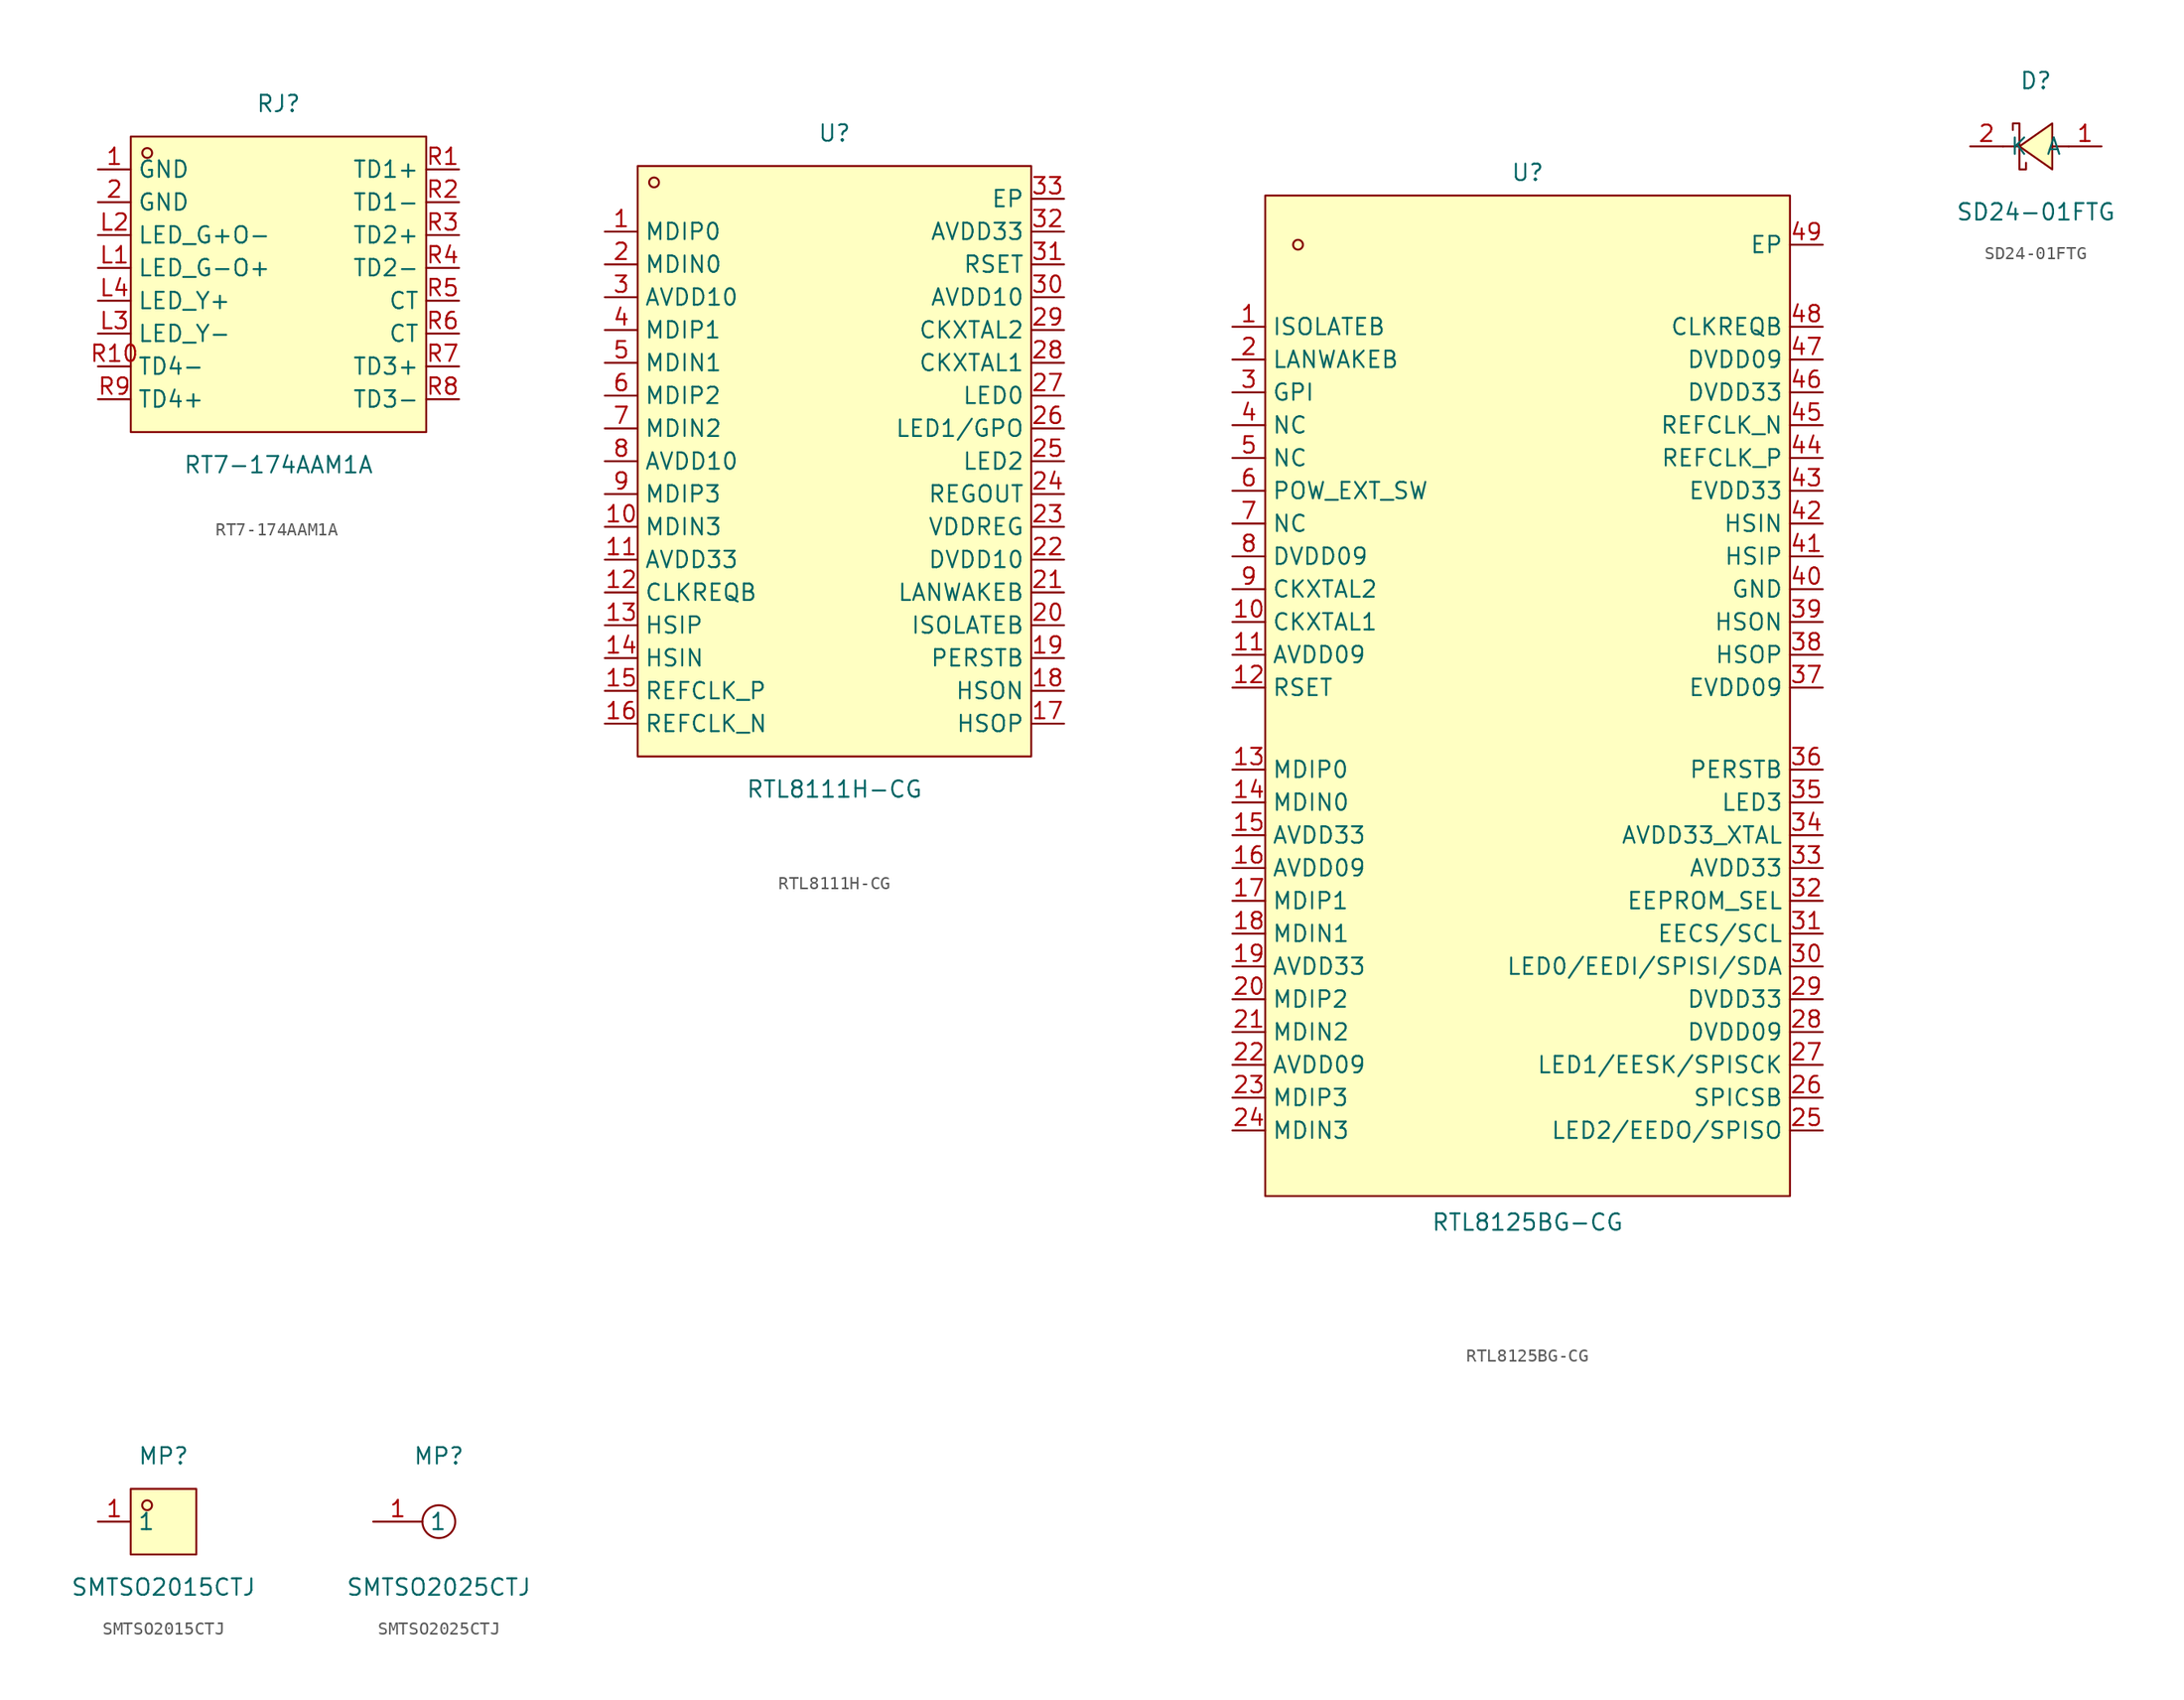
<source format=kicad_sym>
(kicad_symbol_lib
  (version 20241209)
  (generator "kicad_symbol_editor")
  (generator_version "9.0")
  (symbol "RT7-174AAM1A"
    (property "Reference" "RJ"
      (at 0 13.97 0)
      (effects (font (size 1.27 1.27))))
    (property "Value" "RT7-174AAM1A"
      (at 0 -13.97 0)
      (effects (font (size 1.27 1.27))))
    (symbol "RT7-174AAM1A_0_1"
      (rectangle (start -11.43 11.43) (end 11.43 -11.43) (stroke (width 0) (type default)) (fill (type background)))
      (circle (center -10.16 10.16) (radius 0.38) (stroke (width 0) (type default)) (fill (type none)))
      (pin unspecified line (at -13.97 8.89 0) (length 2.54) (name "GND" (effects (font (size 1.27 1.27)))) (number "1" (effects (font (size 1.27 1.27)))))
      (pin unspecified line (at -13.97 6.35 0) (length 2.54) (name "GND" (effects (font (size 1.27 1.27)))) (number "2" (effects (font (size 1.27 1.27)))))
      (pin unspecified line (at -13.97 3.81 0) (length 2.54) (name "LED_G+O-" (effects (font (size 1.27 1.27)))) (number "L2" (effects (font (size 1.27 1.27)))))
      (pin unspecified line (at -13.97 1.27 0) (length 2.54) (name "LED_G-O+" (effects (font (size 1.27 1.27)))) (number "L1" (effects (font (size 1.27 1.27)))))
      (pin unspecified line (at -13.97 -1.27 0) (length 2.54) (name "LED_Y+" (effects (font (size 1.27 1.27)))) (number "L4" (effects (font (size 1.27 1.27)))))
      (pin unspecified line (at -13.97 -3.81 0) (length 2.54) (name "LED_Y-" (effects (font (size 1.27 1.27)))) (number "L3" (effects (font (size 1.27 1.27)))))
      (pin unspecified line (at -13.97 -6.35 0) (length 2.54) (name "TD4-" (effects (font (size 1.27 1.27)))) (number "R10" (effects (font (size 1.27 1.27)))))
      (pin unspecified line (at -13.97 -8.89 0) (length 2.54) (name "TD4+" (effects (font (size 1.27 1.27)))) (number "R9" (effects (font (size 1.27 1.27)))))
      (pin unspecified line (at 13.97 8.89 180) (length 2.54) (name "TD1+" (effects (font (size 1.27 1.27)))) (number "R1" (effects (font (size 1.27 1.27)))))
      (pin unspecified line (at 13.97 6.35 180) (length 2.54) (name "TD1-" (effects (font (size 1.27 1.27)))) (number "R2" (effects (font (size 1.27 1.27)))))
      (pin unspecified line (at 13.97 3.81 180) (length 2.54) (name "TD2+" (effects (font (size 1.27 1.27)))) (number "R3" (effects (font (size 1.27 1.27)))))
      (pin unspecified line (at 13.97 1.27 180) (length 2.54) (name "TD2-" (effects (font (size 1.27 1.27)))) (number "R4" (effects (font (size 1.27 1.27)))))
      (pin unspecified line (at 13.97 -1.27 180) (length 2.54) (name "CT" (effects (font (size 1.27 1.27)))) (number "R5" (effects (font (size 1.27 1.27)))))
      (pin unspecified line (at 13.97 -3.81 180) (length 2.54) (name "CT" (effects (font (size 1.27 1.27)))) (number "R6" (effects (font (size 1.27 1.27)))))
      (pin unspecified line (at 13.97 -6.35 180) (length 2.54) (name "TD3+" (effects (font (size 1.27 1.27)))) (number "R7" (effects (font (size 1.27 1.27)))))
      (pin unspecified line (at 13.97 -8.89 180) (length 2.54) (name "TD3-" (effects (font (size 1.27 1.27)))) (number "R8" (effects (font (size 1.27 1.27)))))))
  (symbol "RTL8111H-CG"
    (property "Reference" "U"
      (at 0 25.4 0)
      (effects (font (size 1.27 1.27))))
    (property "Value" "RTL8111H-CG"
      (at 0 -25.4 0)
      (effects (font (size 1.27 1.27))))
    (symbol "RTL8111H-CG_0_1"
      (rectangle (start -15.24 22.86) (end 15.24 -22.86) (stroke (width 0) (type default)) (fill (type background)))
      (circle (center -13.97 21.59) (radius 0.38) (stroke (width 0) (type default)) (fill (type none)))
      (pin unspecified line (at -17.78 17.78 0) (length 2.54) (name "MDIP0" (effects (font (size 1.27 1.27)))) (number "1" (effects (font (size 1.27 1.27)))))
      (pin unspecified line (at -17.78 15.24 0) (length 2.54) (name "MDIN0" (effects (font (size 1.27 1.27)))) (number "2" (effects (font (size 1.27 1.27)))))
      (pin unspecified line (at -17.78 12.7 0) (length 2.54) (name "AVDD10" (effects (font (size 1.27 1.27)))) (number "3" (effects (font (size 1.27 1.27)))))
      (pin unspecified line (at -17.78 10.16 0) (length 2.54) (name "MDIP1" (effects (font (size 1.27 1.27)))) (number "4" (effects (font (size 1.27 1.27)))))
      (pin unspecified line (at -17.78 7.62 0) (length 2.54) (name "MDIN1" (effects (font (size 1.27 1.27)))) (number "5" (effects (font (size 1.27 1.27)))))
      (pin unspecified line (at -17.78 5.08 0) (length 2.54) (name "MDIP2" (effects (font (size 1.27 1.27)))) (number "6" (effects (font (size 1.27 1.27)))))
      (pin unspecified line (at -17.78 2.54 0) (length 2.54) (name "MDIN2" (effects (font (size 1.27 1.27)))) (number "7" (effects (font (size 1.27 1.27)))))
      (pin unspecified line (at -17.78 0 0) (length 2.54) (name "AVDD10" (effects (font (size 1.27 1.27)))) (number "8" (effects (font (size 1.27 1.27)))))
      (pin unspecified line (at -17.78 -2.54 0) (length 2.54) (name "MDIP3" (effects (font (size 1.27 1.27)))) (number "9" (effects (font (size 1.27 1.27)))))
      (pin unspecified line (at -17.78 -5.08 0) (length 2.54) (name "MDIN3" (effects (font (size 1.27 1.27)))) (number "10" (effects (font (size 1.27 1.27)))))
      (pin unspecified line (at -17.78 -7.62 0) (length 2.54) (name "AVDD33" (effects (font (size 1.27 1.27)))) (number "11" (effects (font (size 1.27 1.27)))))
      (pin unspecified line (at -17.78 -10.16 0) (length 2.54) (name "CLKREQB" (effects (font (size 1.27 1.27)))) (number "12" (effects (font (size 1.27 1.27)))))
      (pin unspecified line (at -17.78 -12.7 0) (length 2.54) (name "HSIP" (effects (font (size 1.27 1.27)))) (number "13" (effects (font (size 1.27 1.27)))))
      (pin unspecified line (at -17.78 -15.24 0) (length 2.54) (name "HSIN" (effects (font (size 1.27 1.27)))) (number "14" (effects (font (size 1.27 1.27)))))
      (pin unspecified line (at -17.78 -17.78 0) (length 2.54) (name "REFCLK_P" (effects (font (size 1.27 1.27)))) (number "15" (effects (font (size 1.27 1.27)))))
      (pin unspecified line (at -17.78 -20.32 0) (length 2.54) (name "REFCLK_N" (effects (font (size 1.27 1.27)))) (number "16" (effects (font (size 1.27 1.27)))))
      (pin unspecified line (at 17.78 20.32 180) (length 2.54) (name "EP" (effects (font (size 1.27 1.27)))) (number "33" (effects (font (size 1.27 1.27)))))
      (pin unspecified line (at 17.78 17.78 180) (length 2.54) (name "AVDD33" (effects (font (size 1.27 1.27)))) (number "32" (effects (font (size 1.27 1.27)))))
      (pin unspecified line (at 17.78 15.24 180) (length 2.54) (name "RSET" (effects (font (size 1.27 1.27)))) (number "31" (effects (font (size 1.27 1.27)))))
      (pin unspecified line (at 17.78 12.7 180) (length 2.54) (name "AVDD10" (effects (font (size 1.27 1.27)))) (number "30" (effects (font (size 1.27 1.27)))))
      (pin unspecified line (at 17.78 10.16 180) (length 2.54) (name "CKXTAL2" (effects (font (size 1.27 1.27)))) (number "29" (effects (font (size 1.27 1.27)))))
      (pin unspecified line (at 17.78 7.62 180) (length 2.54) (name "CKXTAL1" (effects (font (size 1.27 1.27)))) (number "28" (effects (font (size 1.27 1.27)))))
      (pin unspecified line (at 17.78 5.08 180) (length 2.54) (name "LED0" (effects (font (size 1.27 1.27)))) (number "27" (effects (font (size 1.27 1.27)))))
      (pin unspecified line (at 17.78 2.54 180) (length 2.54) (name "LED1/GPO" (effects (font (size 1.27 1.27)))) (number "26" (effects (font (size 1.27 1.27)))))
      (pin unspecified line (at 17.78 0 180) (length 2.54) (name "LED2" (effects (font (size 1.27 1.27)))) (number "25" (effects (font (size 1.27 1.27)))))
      (pin unspecified line (at 17.78 -2.54 180) (length 2.54) (name "REGOUT" (effects (font (size 1.27 1.27)))) (number "24" (effects (font (size 1.27 1.27)))))
      (pin unspecified line (at 17.78 -5.08 180) (length 2.54) (name "VDDREG" (effects (font (size 1.27 1.27)))) (number "23" (effects (font (size 1.27 1.27)))))
      (pin unspecified line (at 17.78 -7.62 180) (length 2.54) (name "DVDD10" (effects (font (size 1.27 1.27)))) (number "22" (effects (font (size 1.27 1.27)))))
      (pin unspecified line (at 17.78 -10.16 180) (length 2.54) (name "LANWAKEB" (effects (font (size 1.27 1.27)))) (number "21" (effects (font (size 1.27 1.27)))))
      (pin unspecified line (at 17.78 -12.7 180) (length 2.54) (name "ISOLATEB" (effects (font (size 1.27 1.27)))) (number "20" (effects (font (size 1.27 1.27)))))
      (pin unspecified line (at 17.78 -15.24 180) (length 2.54) (name "PERSTB" (effects (font (size 1.27 1.27)))) (number "19" (effects (font (size 1.27 1.27)))))
      (pin unspecified line (at 17.78 -17.78 180) (length 2.54) (name "HSON" (effects (font (size 1.27 1.27)))) (number "18" (effects (font (size 1.27 1.27)))))
      (pin unspecified line (at 17.78 -20.32 180) (length 2.54) (name "HSOP" (effects (font (size 1.27 1.27)))) (number "17" (effects (font (size 1.27 1.27)))))))
  (symbol "RTL8125BG-CG"
    (property "Reference" "U"
      (at 0 46.228 0)
      (effects (font (size 1.27 1.27))))
    (property "Value" "RTL8125BG-CG"
      (at 0 -35.052 0)
      (effects (font (size 1.27 1.27))))
    (symbol "RTL8125BG-CG_0_1"
      (rectangle (start -20.32 44.45) (end 20.32 -33.02) (stroke (width 0) (type default)) (fill (type background)))
      (circle (center -17.78 40.64) (radius 0.38) (stroke (width 0) (type default)) (fill (type none))))
    (symbol "RTL8125BG-CG_1_1"
      (pin unspecified line (at -22.86 34.29 0) (length 2.54) (name "ISOLATEB" (effects (font (size 1.27 1.27)))) (number "1" (effects (font (size 1.27 1.27)))))
      (pin unspecified line (at -22.86 31.75 0) (length 2.54) (name "LANWAKEB" (effects (font (size 1.27 1.27)))) (number "2" (effects (font (size 1.27 1.27)))))
      (pin unspecified line (at -22.86 29.21 0) (length 2.54) (name "GPI" (effects (font (size 1.27 1.27)))) (number "3" (effects (font (size 1.27 1.27)))))
      (pin unspecified line (at -22.86 26.67 0) (length 2.54) (name "NC" (effects (font (size 1.27 1.27)))) (number "4" (effects (font (size 1.27 1.27)))))
      (pin unspecified line (at -22.86 24.13 0) (length 2.54) (name "NC" (effects (font (size 1.27 1.27)))) (number "5" (effects (font (size 1.27 1.27)))))
      (pin unspecified line (at -22.86 21.59 0) (length 2.54) (name "POW_EXT_SW" (effects (font (size 1.27 1.27)))) (number "6" (effects (font (size 1.27 1.27)))))
      (pin unspecified line (at -22.86 19.05 0) (length 2.54) (name "NC" (effects (font (size 1.27 1.27)))) (number "7" (effects (font (size 1.27 1.27)))))
      (pin unspecified line (at -22.86 16.51 0) (length 2.54) (name "DVDD09" (effects (font (size 1.27 1.27)))) (number "8" (effects (font (size 1.27 1.27)))))
      (pin unspecified line (at -22.86 13.97 0) (length 2.54) (name "CKXTAL2" (effects (font (size 1.27 1.27)))) (number "9" (effects (font (size 1.27 1.27)))))
      (pin unspecified line (at -22.86 11.43 0) (length 2.54) (name "CKXTAL1" (effects (font (size 1.27 1.27)))) (number "10" (effects (font (size 1.27 1.27)))))
      (pin unspecified line (at -22.86 8.89 0) (length 2.54) (name "AVDD09" (effects (font (size 1.27 1.27)))) (number "11" (effects (font (size 1.27 1.27)))))
      (pin unspecified line (at -22.86 6.35 0) (length 2.54) (name "RSET" (effects (font (size 1.27 1.27)))) (number "12" (effects (font (size 1.27 1.27)))))
      (pin unspecified line (at -22.86 0 0) (length 2.54) (name "MDIP0" (effects (font (size 1.27 1.27)))) (number "13" (effects (font (size 1.27 1.27)))))
      (pin unspecified line (at -22.86 -2.54 0) (length 2.54) (name "MDIN0" (effects (font (size 1.27 1.27)))) (number "14" (effects (font (size 1.27 1.27)))))
      (pin unspecified line (at -22.86 -5.08 0) (length 2.54) (name "AVDD33" (effects (font (size 1.27 1.27)))) (number "15" (effects (font (size 1.27 1.27)))))
      (pin unspecified line (at -22.86 -7.62 0) (length 2.54) (name "AVDD09" (effects (font (size 1.27 1.27)))) (number "16" (effects (font (size 1.27 1.27)))))
      (pin unspecified line (at -22.86 -10.16 0) (length 2.54) (name "MDIP1" (effects (font (size 1.27 1.27)))) (number "17" (effects (font (size 1.27 1.27)))))
      (pin unspecified line (at -22.86 -12.7 0) (length 2.54) (name "MDIN1" (effects (font (size 1.27 1.27)))) (number "18" (effects (font (size 1.27 1.27)))))
      (pin unspecified line (at -22.86 -15.24 0) (length 2.54) (name "AVDD33" (effects (font (size 1.27 1.27)))) (number "19" (effects (font (size 1.27 1.27)))))
      (pin unspecified line (at -22.86 -17.78 0) (length 2.54) (name "MDIP2" (effects (font (size 1.27 1.27)))) (number "20" (effects (font (size 1.27 1.27)))))
      (pin unspecified line (at -22.86 -20.32 0) (length 2.54) (name "MDIN2" (effects (font (size 1.27 1.27)))) (number "21" (effects (font (size 1.27 1.27)))))
      (pin unspecified line (at -22.86 -22.86 0) (length 2.54) (name "AVDD09" (effects (font (size 1.27 1.27)))) (number "22" (effects (font (size 1.27 1.27)))))
      (pin unspecified line (at -22.86 -25.4 0) (length 2.54) (name "MDIP3" (effects (font (size 1.27 1.27)))) (number "23" (effects (font (size 1.27 1.27)))))
      (pin unspecified line (at -22.86 -27.94 0) (length 2.54) (name "MDIN3" (effects (font (size 1.27 1.27)))) (number "24" (effects (font (size 1.27 1.27)))))
      (pin unspecified line (at 22.86 40.64 180) (length 2.54) (name "EP" (effects (font (size 1.27 1.27)))) (number "49" (effects (font (size 1.27 1.27)))))
      (pin unspecified line (at 22.86 34.29 180) (length 2.54) (name "CLKREQB" (effects (font (size 1.27 1.27)))) (number "48" (effects (font (size 1.27 1.27)))))
      (pin unspecified line (at 22.86 31.75 180) (length 2.54) (name "DVDD09" (effects (font (size 1.27 1.27)))) (number "47" (effects (font (size 1.27 1.27)))))
      (pin unspecified line (at 22.86 29.21 180) (length 2.54) (name "DVDD33" (effects (font (size 1.27 1.27)))) (number "46" (effects (font (size 1.27 1.27)))))
      (pin unspecified line (at 22.86 26.67 180) (length 2.54) (name "REFCLK_N" (effects (font (size 1.27 1.27)))) (number "45" (effects (font (size 1.27 1.27)))))
      (pin unspecified line (at 22.86 24.13 180) (length 2.54) (name "REFCLK_P" (effects (font (size 1.27 1.27)))) (number "44" (effects (font (size 1.27 1.27)))))
      (pin unspecified line (at 22.86 21.59 180) (length 2.54) (name "EVDD33" (effects (font (size 1.27 1.27)))) (number "43" (effects (font (size 1.27 1.27)))))
      (pin unspecified line (at 22.86 19.05 180) (length 2.54) (name "HSIN" (effects (font (size 1.27 1.27)))) (number "42" (effects (font (size 1.27 1.27)))))
      (pin unspecified line (at 22.86 16.51 180) (length 2.54) (name "HSIP" (effects (font (size 1.27 1.27)))) (number "41" (effects (font (size 1.27 1.27)))))
      (pin unspecified line (at 22.86 13.97 180) (length 2.54) (name "GND" (effects (font (size 1.27 1.27)))) (number "40" (effects (font (size 1.27 1.27)))))
      (pin unspecified line (at 22.86 11.43 180) (length 2.54) (name "HSON" (effects (font (size 1.27 1.27)))) (number "39" (effects (font (size 1.27 1.27)))))
      (pin unspecified line (at 22.86 8.89 180) (length 2.54) (name "HSOP" (effects (font (size 1.27 1.27)))) (number "38" (effects (font (size 1.27 1.27)))))
      (pin unspecified line (at 22.86 6.35 180) (length 2.54) (name "EVDD09" (effects (font (size 1.27 1.27)))) (number "37" (effects (font (size 1.27 1.27)))))
      (pin unspecified line (at 22.86 0 180) (length 2.54) (name "PERSTB" (effects (font (size 1.27 1.27)))) (number "36" (effects (font (size 1.27 1.27)))))
      (pin unspecified line (at 22.86 -2.54 180) (length 2.54) (name "LED3" (effects (font (size 1.27 1.27)))) (number "35" (effects (font (size 1.27 1.27)))))
      (pin unspecified line (at 22.86 -5.08 180) (length 2.54) (name "AVDD33_XTAL" (effects (font (size 1.27 1.27)))) (number "34" (effects (font (size 1.27 1.27)))))
      (pin unspecified line (at 22.86 -7.62 180) (length 2.54) (name "AVDD33" (effects (font (size 1.27 1.27)))) (number "33" (effects (font (size 1.27 1.27)))))
      (pin unspecified line (at 22.86 -10.16 180) (length 2.54) (name "EEPROM_SEL" (effects (font (size 1.27 1.27)))) (number "32" (effects (font (size 1.27 1.27)))))
      (pin unspecified line (at 22.86 -12.7 180) (length 2.54) (name "EECS/SCL" (effects (font (size 1.27 1.27)))) (number "31" (effects (font (size 1.27 1.27)))))
      (pin unspecified line (at 22.86 -15.24 180) (length 2.54) (name "LED0/EEDI/SPISI/SDA" (effects (font (size 1.27 1.27)))) (number "30" (effects (font (size 1.27 1.27)))))
      (pin unspecified line (at 22.86 -17.78 180) (length 2.54) (name "DVDD33" (effects (font (size 1.27 1.27)))) (number "29" (effects (font (size 1.27 1.27)))))
      (pin unspecified line (at 22.86 -20.32 180) (length 2.54) (name "DVDD09" (effects (font (size 1.27 1.27)))) (number "28" (effects (font (size 1.27 1.27)))))
      (pin unspecified line (at 22.86 -22.86 180) (length 2.54) (name "LED1/EESK/SPISCK" (effects (font (size 1.27 1.27)))) (number "27" (effects (font (size 1.27 1.27)))))
      (pin unspecified line (at 22.86 -25.4 180) (length 2.54) (name "SPICSB" (effects (font (size 1.27 1.27)))) (number "26" (effects (font (size 1.27 1.27)))))
      (pin unspecified line (at 22.86 -27.94 180) (length 2.54) (name "LED2/EEDO/SPISO" (effects (font (size 1.27 1.27)))) (number "25" (effects (font (size 1.27 1.27)))))))
  (symbol "SD24-01FTG"
    (property "Reference" "D"
      (at 0 5.08 0)
      (effects (font (size 1.27 1.27))))
    (property "Value" "SD24-01FTG"
      (at 0 -5.08 0)
      (effects (font (size 1.27 1.27))))
    (symbol "SD24-01FTG_0_1"
      (polyline (pts (xy -1.78 1.27) (xy -1.78 1.78) (xy -1.27 1.78) (xy -1.27 -1.78) (xy -0.76 -1.78) (xy -0.76 -1.27)) (stroke (width 0) (type default)) (fill (type none)))
      (polyline (pts (xy -1.27 0) (xy -2.54 0)) (stroke (width 0) (type default)) (fill (type none)))
      (polyline (pts (xy 1.27 1.78) (xy -1.27 0) (xy 1.27 -1.78) (xy 1.27 1.78)) (stroke (width 0) (type default)) (fill (type background)))
      (polyline (pts (xy 2.54 0) (xy 1.27 0)) (stroke (width 0) (type default)) (fill (type none)))
      (pin unspecified line (at -5.08 0 0) (length 2.54) (name "K" (effects (font (size 1.27 1.27)))) (number "2" (effects (font (size 1.27 1.27)))))
      (pin unspecified line (at 5.08 0 180) (length 2.54) (name "A" (effects (font (size 1.27 1.27)))) (number "1" (effects (font (size 1.27 1.27)))))))
  (symbol "SMTSO2015CTJ"
    (property "Reference" "MP"
      (at 0 5.08 0)
      (effects (font (size 1.27 1.27))))
    (property "Value" "SMTSO2015CTJ"
      (at 0 -5.08 0)
      (effects (font (size 1.27 1.27))))
    (symbol "SMTSO2015CTJ_0_1"
      (rectangle (start -2.54 2.54) (end 2.54 -2.54) (stroke (width 0) (type default)) (fill (type background)))
      (circle (center -1.27 1.27) (radius 0.38) (stroke (width 0) (type default)) (fill (type none)))
      (pin unspecified line (at -5.08 0 0) (length 2.54) (name "1" (effects (font (size 1.27 1.27)))) (number "1" (effects (font (size 1.27 1.27)))))))
  (symbol "SMTSO2025CTJ"
    (property "Reference" "MP"
      (at 0 5.08 0)
      (effects (font (size 1.27 1.27))))
    (property "Value" "SMTSO2025CTJ"
      (at 0 -5.08 0)
      (effects (font (size 1.27 1.27))))
    (symbol "SMTSO2025CTJ_0_1"
      (circle (center 0 0) (radius 1.27) (stroke (width 0) (type default)) (fill (type none)))
      (pin unspecified line (at -5.08 0 0) (length 3.81) (name "1" (effects (font (size 1.27 1.27)))) (number "1" (effects (font (size 1.27 1.27))))))))
</source>
